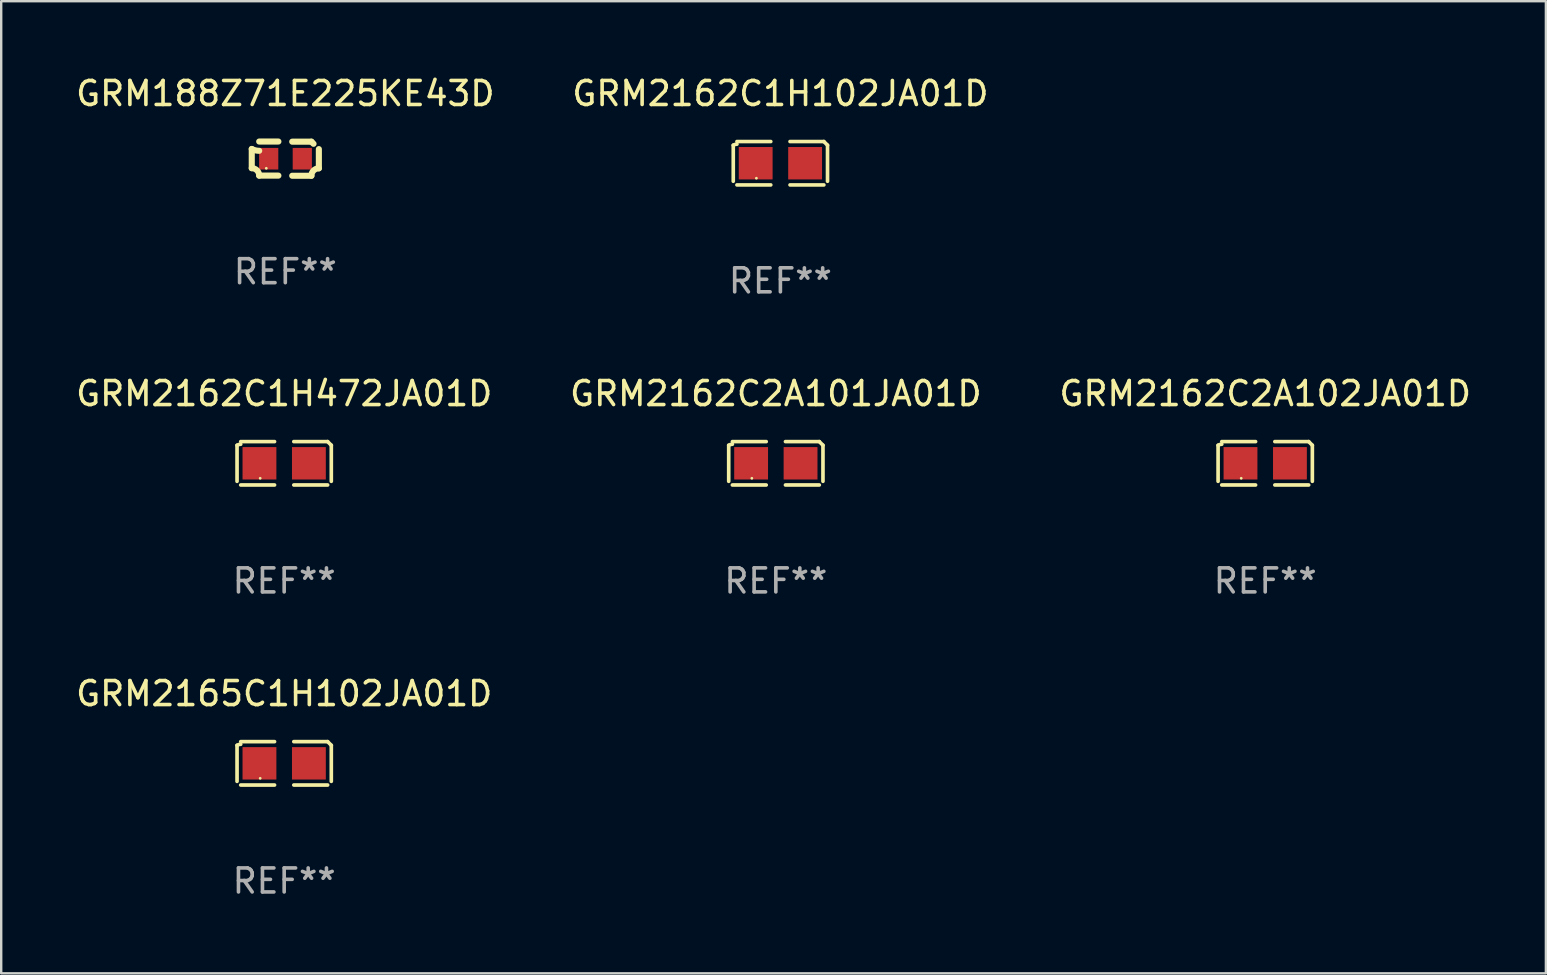
<source format=kicad_pcb>
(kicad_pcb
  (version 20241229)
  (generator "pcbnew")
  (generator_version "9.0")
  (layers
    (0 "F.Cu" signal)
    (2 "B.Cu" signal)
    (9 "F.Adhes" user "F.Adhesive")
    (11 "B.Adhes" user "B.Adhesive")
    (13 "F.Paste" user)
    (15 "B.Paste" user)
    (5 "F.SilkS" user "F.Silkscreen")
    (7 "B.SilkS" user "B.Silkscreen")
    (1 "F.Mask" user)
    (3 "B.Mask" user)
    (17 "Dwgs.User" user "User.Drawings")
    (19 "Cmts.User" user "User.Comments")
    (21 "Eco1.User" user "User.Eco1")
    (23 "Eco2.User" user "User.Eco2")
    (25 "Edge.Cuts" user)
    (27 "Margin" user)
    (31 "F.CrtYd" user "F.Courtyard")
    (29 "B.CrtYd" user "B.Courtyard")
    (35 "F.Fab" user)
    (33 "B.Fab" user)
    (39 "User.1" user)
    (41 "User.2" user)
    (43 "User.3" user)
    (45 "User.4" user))
  (footprint "GRM2162C2A102JA01D"
    (layer "F.Cu")
    (at 49.673 16.256)
    (property "Reference" "GRM2162C2A102JA01D" (at 0 -2.904 0) (layer "F.SilkS") (effects (font (size 1 1) (thickness 0.15))))
    (attr through_hole)
    (fp_line (start -1.964 0.751) (end -1.964 -0.751) (stroke (width 0.152) (type solid)) (layer "F.SilkS"))
    (fp_line (start -1.811 -0.904) (end -0.401 -0.904) (stroke (width 0.152) (type solid)) (layer "F.SilkS"))
    (fp_line (start -0.401 0.904) (end -1.811 0.904) (stroke (width 0.152) (type solid)) (layer "F.SilkS"))
    (fp_line (start 0.401 0.904) (end 1.811 0.904) (stroke (width 0.152) (type solid)) (layer "F.SilkS"))
    (fp_line (start 1.811 -0.904) (end 0.401 -0.904) (stroke (width 0.152) (type solid)) (layer "F.SilkS"))
    (fp_line (start 1.964 0.751) (end 1.964 -0.751) (stroke (width 0.152) (type solid)) (layer "F.SilkS"))
    (fp_arc (start -1.963602 -0.751207) (mid -1.890354 -0.783131) (end -1.811201 -0.794044) (stroke (width 0.1524) (type solid)) (layer "F.SilkS"))
    (fp_arc (start 1.811202 -0.903607) (mid 1.887413 -0.827418) (end 1.963602 -0.751207) (stroke (width 0.1524) (type solid)) (layer "F.SilkS"))
    (fp_circle (center -1 0.625) (end -0.97 0.625) (stroke (width 0.06) (type solid)) (fill no) (layer "F.SilkS"))
    (fp_text user "REF**" (at 0 4.904 0) (layer "F.Fab") (effects (font (size 1 1) (thickness 0.15))))
    (pad "1" smd rect (at -1.03 0) (size 1.41 1.35) (layers "F.Cu" "F.Mask" "F.Paste"))
    (pad "2" smd rect (at 1.03 0) (size 1.41 1.35) (layers "F.Cu" "F.Mask" "F.Paste")))
  (footprint "GRM2162C1H102JA01D"
    (layer "F.Cu")
    (at 29.47 3.752)
    (property "Reference" "GRM2162C1H102JA01D" (at 0 -2.904 0) (layer "F.SilkS") (effects (font (size 1 1) (thickness 0.15))))
    (attr through_hole)
    (fp_line (start -1.964 0.751) (end -1.964 -0.751) (stroke (width 0.152) (type solid)) (layer "F.SilkS"))
    (fp_line (start -1.811 -0.904) (end -0.401 -0.904) (stroke (width 0.152) (type solid)) (layer "F.SilkS"))
    (fp_line (start -0.401 0.904) (end -1.811 0.904) (stroke (width 0.152) (type solid)) (layer "F.SilkS"))
    (fp_line (start 0.401 0.904) (end 1.811 0.904) (stroke (width 0.152) (type solid)) (layer "F.SilkS"))
    (fp_line (start 1.811 -0.904) (end 0.401 -0.904) (stroke (width 0.152) (type solid)) (layer "F.SilkS"))
    (fp_line (start 1.964 0.751) (end 1.964 -0.751) (stroke (width 0.152) (type solid)) (layer "F.SilkS"))
    (fp_arc (start -1.963602 -0.751207) (mid -1.890354 -0.783131) (end -1.811201 -0.794044) (stroke (width 0.1524) (type solid)) (layer "F.SilkS"))
    (fp_arc (start 1.811202 -0.903607) (mid 1.887413 -0.827418) (end 1.963602 -0.751207) (stroke (width 0.1524) (type solid)) (layer "F.SilkS"))
    (fp_circle (center -1 0.625) (end -0.97 0.625) (stroke (width 0.06) (type solid)) (fill no) (layer "F.SilkS"))
    (fp_text user "REF**" (at 0 4.904 0) (layer "F.Fab") (effects (font (size 1 1) (thickness 0.15))))
    (pad "1" smd rect (at -1.03 0) (size 1.41 1.35) (layers "F.Cu" "F.Mask" "F.Paste"))
    (pad "2" smd rect (at 1.03 0) (size 1.41 1.35) (layers "F.Cu" "F.Mask" "F.Paste")))
  (footprint "GRM2162C1H472JA01D"
    (layer "F.Cu")
    (at 8.792 16.256)
    (property "Reference" "GRM2162C1H472JA01D" (at 0 -2.904 0) (layer "F.SilkS") (effects (font (size 1 1) (thickness 0.15))))
    (attr through_hole)
    (fp_line (start -1.964 0.751) (end -1.964 -0.751) (stroke (width 0.152) (type solid)) (layer "F.SilkS"))
    (fp_line (start -1.811 -0.904) (end -0.401 -0.904) (stroke (width 0.152) (type solid)) (layer "F.SilkS"))
    (fp_line (start -0.401 0.904) (end -1.811 0.904) (stroke (width 0.152) (type solid)) (layer "F.SilkS"))
    (fp_line (start 0.401 0.904) (end 1.811 0.904) (stroke (width 0.152) (type solid)) (layer "F.SilkS"))
    (fp_line (start 1.811 -0.904) (end 0.401 -0.904) (stroke (width 0.152) (type solid)) (layer "F.SilkS"))
    (fp_line (start 1.964 0.751) (end 1.964 -0.751) (stroke (width 0.152) (type solid)) (layer "F.SilkS"))
    (fp_arc (start -1.963602 -0.751207) (mid -1.890354 -0.783131) (end -1.811201 -0.794044) (stroke (width 0.1524) (type solid)) (layer "F.SilkS"))
    (fp_arc (start 1.811202 -0.903607) (mid 1.887413 -0.827418) (end 1.963602 -0.751207) (stroke (width 0.1524) (type solid)) (layer "F.SilkS"))
    (fp_circle (center -1 0.625) (end -0.97 0.625) (stroke (width 0.06) (type solid)) (fill no) (layer "F.SilkS"))
    (fp_text user "REF**" (at 0 4.904 0) (layer "F.Fab") (effects (font (size 1 1) (thickness 0.15))))
    (pad "1" smd rect (at -1.03 0) (size 1.41 1.35) (layers "F.Cu" "F.Mask" "F.Paste"))
    (pad "2" smd rect (at 1.03 0) (size 1.41 1.35) (layers "F.Cu" "F.Mask" "F.Paste")))
  (footprint "GRM188Z71E225KE43D"
    (layer "F.Cu")
    (at 8.839 3.561)
    (property "Reference" "GRM188Z71E225KE43D" (at 0 -2.713 0) (layer "F.SilkS") (effects (font (size 1 1) (thickness 0.15))))
    (attr through_hole)
    (fp_line (start -1.398 -0.403) (end -1.398 0.397) (stroke (width 0.254) (type solid)) (layer "F.SilkS"))
    (fp_line (start -0.288 -0.713) (end -1.088 -0.713) (stroke (width 0.254) (type solid)) (layer "F.SilkS"))
    (fp_line (start -0.288 0.707) (end -1.088 0.707) (stroke (width 0.254) (type solid)) (layer "F.SilkS"))
    (fp_line (start 0.288 -0.707) (end 1.088 -0.707) (stroke (width 0.254) (type solid)) (layer "F.SilkS"))
    (fp_line (start 0.288 0.713) (end 1.088 0.713) (stroke (width 0.254) (type solid)) (layer "F.SilkS"))
    (fp_line (start 1.398 -0.397) (end 1.398 0.403) (stroke (width 0.254) (type solid)) (layer "F.SilkS"))
    (fp_arc (start -1.397789 0.397066) (mid -1.178701 0.487826) (end -1.08796 0.706922) (stroke (width 0.254001) (type solid)) (layer "F.SilkS"))
    (fp_arc (start -1.08796 -0.327176) (mid -1.247436 -0.346384) (end -1.39779 -0.402908) (stroke (width 0.254001) (type solid)) (layer "F.SilkS"))
    (fp_arc (start 1.087909 0.712738) (mid 1.178656 0.493655) (end 1.397739 0.402908) (stroke (width 0.254001) (type solid)) (layer "F.SilkS"))
    (fp_arc (start 1.175925 -0.618926) (mid 1.131917 -0.662923) (end 1.08791 -0.706922) (stroke (width 0.254001) (type solid)) (layer "F.SilkS"))
    (fp_circle (center -0.792 0.403) (end -0.762 0.403) (stroke (width 0.06) (type solid)) (fill no) (layer "F.SilkS"))
    (fp_text user "REF**" (at 0 4.713 0) (layer "F.Fab") (effects (font (size 1 1) (thickness 0.15))))
    (pad "1" smd rect (at -0.692 0.003) (size 0.8 0.9) (layers "F.Cu" "F.Mask" "F.Paste"))
    (pad "2" smd rect (at 0.708 0.003) (size 0.8 0.9) (layers "F.Cu" "F.Mask" "F.Paste")))
  (footprint "GRM2162C2A101JA01D"
    (layer "F.Cu")
    (at 29.28 16.256)
    (property "Reference" "GRM2162C2A101JA01D" (at 0 -2.904 0) (layer "F.SilkS") (effects (font (size 1 1) (thickness 0.15))))
    (attr through_hole)
    (fp_line (start -1.964 0.751) (end -1.964 -0.751) (stroke (width 0.152) (type solid)) (layer "F.SilkS"))
    (fp_line (start -1.811 -0.904) (end -0.401 -0.904) (stroke (width 0.152) (type solid)) (layer "F.SilkS"))
    (fp_line (start -0.401 0.904) (end -1.811 0.904) (stroke (width 0.152) (type solid)) (layer "F.SilkS"))
    (fp_line (start 0.401 0.904) (end 1.811 0.904) (stroke (width 0.152) (type solid)) (layer "F.SilkS"))
    (fp_line (start 1.811 -0.904) (end 0.401 -0.904) (stroke (width 0.152) (type solid)) (layer "F.SilkS"))
    (fp_line (start 1.964 0.751) (end 1.964 -0.751) (stroke (width 0.152) (type solid)) (layer "F.SilkS"))
    (fp_arc (start -1.963602 -0.751207) (mid -1.890354 -0.783131) (end -1.811201 -0.794044) (stroke (width 0.1524) (type solid)) (layer "F.SilkS"))
    (fp_arc (start 1.811202 -0.903607) (mid 1.887413 -0.827418) (end 1.963602 -0.751207) (stroke (width 0.1524) (type solid)) (layer "F.SilkS"))
    (fp_circle (center -1 0.625) (end -0.97 0.625) (stroke (width 0.06) (type solid)) (fill no) (layer "F.SilkS"))
    (fp_text user "REF**" (at 0 4.904 0) (layer "F.Fab") (effects (font (size 1 1) (thickness 0.15))))
    (pad "1" smd rect (at -1.03 0) (size 1.41 1.35) (layers "F.Cu" "F.Mask" "F.Paste"))
    (pad "2" smd rect (at 1.03 0) (size 1.41 1.35) (layers "F.Cu" "F.Mask" "F.Paste")))
  (footprint "GRM2165C1H102JA01D"
    (layer "F.Cu")
    (at 8.792 28.759)
    (property "Reference" "GRM2165C1H102JA01D" (at 0 -2.904 0) (layer "F.SilkS") (effects (font (size 1 1) (thickness 0.15))))
    (attr through_hole)
    (fp_line (start -1.964 0.751) (end -1.964 -0.751) (stroke (width 0.152) (type solid)) (layer "F.SilkS"))
    (fp_line (start -1.811 -0.904) (end -0.401 -0.904) (stroke (width 0.152) (type solid)) (layer "F.SilkS"))
    (fp_line (start -0.401 0.904) (end -1.811 0.904) (stroke (width 0.152) (type solid)) (layer "F.SilkS"))
    (fp_line (start 0.401 0.904) (end 1.811 0.904) (stroke (width 0.152) (type solid)) (layer "F.SilkS"))
    (fp_line (start 1.811 -0.904) (end 0.401 -0.904) (stroke (width 0.152) (type solid)) (layer "F.SilkS"))
    (fp_line (start 1.964 0.751) (end 1.964 -0.751) (stroke (width 0.152) (type solid)) (layer "F.SilkS"))
    (fp_arc (start -1.963602 -0.751207) (mid -1.890354 -0.783131) (end -1.811201 -0.794044) (stroke (width 0.1524) (type solid)) (layer "F.SilkS"))
    (fp_arc (start 1.811202 -0.903607) (mid 1.887413 -0.827418) (end 1.963602 -0.751207) (stroke (width 0.1524) (type solid)) (layer "F.SilkS"))
    (fp_circle (center -1 0.625) (end -0.97 0.625) (stroke (width 0.06) (type solid)) (fill no) (layer "F.SilkS"))
    (fp_text user "REF**" (at 0 4.904 0) (layer "F.Fab") (effects (font (size 1 1) (thickness 0.15))))
    (pad "1" smd rect (at -1.03 0) (size 1.41 1.35) (layers "F.Cu" "F.Mask" "F.Paste"))
    (pad "2" smd rect (at 1.03 0) (size 1.41 1.35) (layers "F.Cu" "F.Mask" "F.Paste")))
  (gr_rect
    (start -3 -3)
    (end 61.369 37.511)
    (stroke (width 0.1) (type default))
    (fill no)
    (layer "Edge.Cuts")))
</source>
